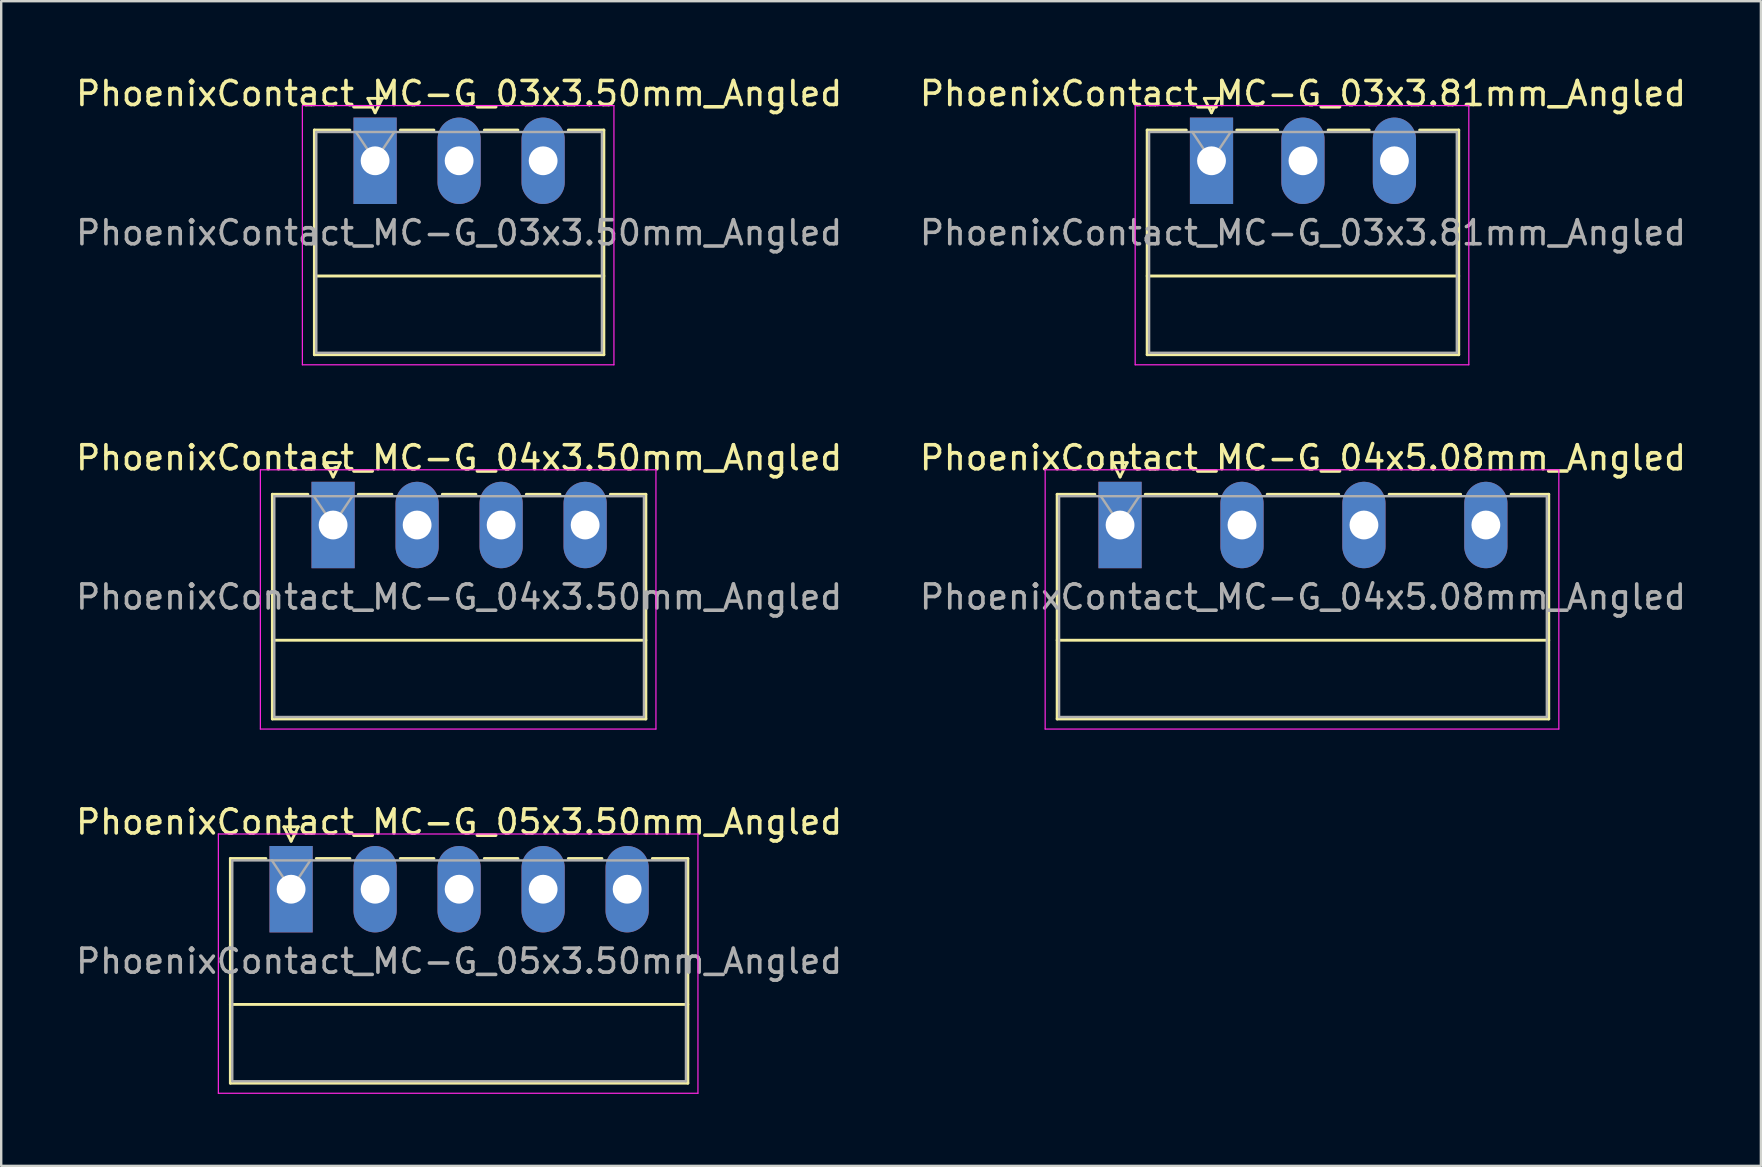
<source format=kicad_pcb>
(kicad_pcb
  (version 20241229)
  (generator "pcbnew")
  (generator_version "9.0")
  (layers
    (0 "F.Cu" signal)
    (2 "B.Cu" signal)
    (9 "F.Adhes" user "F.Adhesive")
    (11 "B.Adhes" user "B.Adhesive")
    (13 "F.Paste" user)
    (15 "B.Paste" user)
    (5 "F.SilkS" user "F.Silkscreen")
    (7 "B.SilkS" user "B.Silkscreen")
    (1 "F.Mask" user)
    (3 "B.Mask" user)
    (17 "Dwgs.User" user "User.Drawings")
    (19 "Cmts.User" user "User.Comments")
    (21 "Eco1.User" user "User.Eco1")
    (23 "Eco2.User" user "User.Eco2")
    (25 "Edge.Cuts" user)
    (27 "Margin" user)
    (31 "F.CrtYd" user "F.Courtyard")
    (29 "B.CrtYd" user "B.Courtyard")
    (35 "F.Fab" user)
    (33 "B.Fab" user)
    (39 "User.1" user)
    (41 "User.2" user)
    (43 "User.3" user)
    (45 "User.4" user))
  (footprint "PhoenixContact_MC-G_03x3.81mm_Angled"
    (layer "F.Cu")
    (at 47.422 3.648)
    (property "Reference" "PhoenixContact_MC-G_03x3.81mm_Angled" (at 3.81 -2.8 0) (layer "F.SilkS") (effects (font (size 1 1) (thickness 0.15))))
    (attr through_hole)
    (fp_line (start -2.68 -1.28) (end -2.68 8.08) (stroke (width 0.12) (type solid)) (layer "F.SilkS"))
    (fp_line (start -2.68 -1.28) (end -1.05 -1.28) (stroke (width 0.12) (type solid)) (layer "F.SilkS"))
    (fp_line (start -2.68 4.8) (end 10.3 4.8) (stroke (width 0.12) (type solid)) (layer "F.SilkS"))
    (fp_line (start -2.68 8.08) (end 10.3 8.08) (stroke (width 0.12) (type solid)) (layer "F.SilkS"))
    (fp_line (start -0.3 -2.6) (end 0.3 -2.6) (stroke (width 0.12) (type solid)) (layer "F.SilkS"))
    (fp_line (start 0 -2) (end -0.3 -2.6) (stroke (width 0.12) (type solid)) (layer "F.SilkS"))
    (fp_line (start 0.3 -2.6) (end 0 -2) (stroke (width 0.12) (type solid)) (layer "F.SilkS"))
    (fp_line (start 1.05 -1.28) (end 2.76 -1.28) (stroke (width 0.12) (type solid)) (layer "F.SilkS"))
    (fp_line (start 4.86 -1.28) (end 6.57 -1.28) (stroke (width 0.12) (type solid)) (layer "F.SilkS"))
    (fp_line (start 10.3 -1.28) (end 8.67 -1.28) (stroke (width 0.12) (type solid)) (layer "F.SilkS"))
    (fp_line (start 10.3 8.08) (end 10.3 -1.28) (stroke (width 0.12) (type solid)) (layer "F.SilkS"))
    (fp_line (start -3.18 -2.3) (end -3.18 8.5) (stroke (width 0.05) (type solid)) (layer "F.CrtYd"))
    (fp_line (start -3.18 8.5) (end 10.72 8.5) (stroke (width 0.05) (type solid)) (layer "F.CrtYd"))
    (fp_line (start 10.72 -2.3) (end -3.18 -2.3) (stroke (width 0.05) (type solid)) (layer "F.CrtYd"))
    (fp_line (start 10.72 8.5) (end 10.72 -2.3) (stroke (width 0.05) (type solid)) (layer "F.CrtYd"))
    (fp_line (start -2.6 -1.2) (end -2.6 8) (stroke (width 0.1) (type solid)) (layer "F.Fab"))
    (fp_line (start -2.6 8) (end 10.22 8) (stroke (width 0.1) (type solid)) (layer "F.Fab"))
    (fp_line (start 0 0) (end -0.8 -1.2) (stroke (width 0.1) (type solid)) (layer "F.Fab"))
    (fp_line (start 0.8 -1.2) (end 0 0) (stroke (width 0.1) (type solid)) (layer "F.Fab"))
    (fp_line (start 10.22 -1.2) (end -2.6 -1.2) (stroke (width 0.1) (type solid)) (layer "F.Fab"))
    (fp_line (start 10.22 8) (end 10.22 -1.2) (stroke (width 0.1) (type solid)) (layer "F.Fab"))
    (fp_text user "${REFERENCE}" (at 3.81 3 0) (layer "F.Fab") (effects (font (size 1 1) (thickness 0.15))))
    (pad "1" thru_hole rect (at 0 0) (size 1.8 3.6) (drill 1.2) (layers "*.Cu" "*.Mask"))
    (pad "2" thru_hole oval (at 3.81 0) (size 1.8 3.6) (drill 1.2) (layers "*.Cu" "*.Mask"))
    (pad "3" thru_hole oval (at 7.62 0) (size 1.8 3.6) (drill 1.2) (layers "*.Cu" "*.Mask")))
  (footprint "PhoenixContact_MC-G_03x3.50mm_Angled"
    (layer "F.Cu")
    (at 12.577 3.648)
    (property "Reference" "PhoenixContact_MC-G_03x3.50mm_Angled" (at 3.5 -2.8 0) (layer "F.SilkS") (effects (font (size 1 1) (thickness 0.15))))
    (attr through_hole)
    (fp_line (start -2.53 -1.28) (end -2.53 8.08) (stroke (width 0.12) (type solid)) (layer "F.SilkS"))
    (fp_line (start -2.53 -1.28) (end -1.05 -1.28) (stroke (width 0.12) (type solid)) (layer "F.SilkS"))
    (fp_line (start -2.53 4.8) (end 9.53 4.8) (stroke (width 0.12) (type solid)) (layer "F.SilkS"))
    (fp_line (start -2.53 8.08) (end 9.53 8.08) (stroke (width 0.12) (type solid)) (layer "F.SilkS"))
    (fp_line (start -0.3 -2.6) (end 0.3 -2.6) (stroke (width 0.12) (type solid)) (layer "F.SilkS"))
    (fp_line (start 0 -2) (end -0.3 -2.6) (stroke (width 0.12) (type solid)) (layer "F.SilkS"))
    (fp_line (start 0.3 -2.6) (end 0 -2) (stroke (width 0.12) (type solid)) (layer "F.SilkS"))
    (fp_line (start 1.05 -1.28) (end 2.45 -1.28) (stroke (width 0.12) (type solid)) (layer "F.SilkS"))
    (fp_line (start 4.55 -1.28) (end 5.95 -1.28) (stroke (width 0.12) (type solid)) (layer "F.SilkS"))
    (fp_line (start 9.53 -1.28) (end 8.05 -1.28) (stroke (width 0.12) (type solid)) (layer "F.SilkS"))
    (fp_line (start 9.53 8.08) (end 9.53 -1.28) (stroke (width 0.12) (type solid)) (layer "F.SilkS"))
    (fp_line (start -3.03 -2.3) (end -3.03 8.5) (stroke (width 0.05) (type solid)) (layer "F.CrtYd"))
    (fp_line (start -3.03 8.5) (end 9.95 8.5) (stroke (width 0.05) (type solid)) (layer "F.CrtYd"))
    (fp_line (start 9.95 -2.3) (end -3.03 -2.3) (stroke (width 0.05) (type solid)) (layer "F.CrtYd"))
    (fp_line (start 9.95 8.5) (end 9.95 -2.3) (stroke (width 0.05) (type solid)) (layer "F.CrtYd"))
    (fp_line (start -2.45 -1.2) (end -2.45 8) (stroke (width 0.1) (type solid)) (layer "F.Fab"))
    (fp_line (start -2.45 8) (end 9.45 8) (stroke (width 0.1) (type solid)) (layer "F.Fab"))
    (fp_line (start 0 0) (end -0.8 -1.2) (stroke (width 0.1) (type solid)) (layer "F.Fab"))
    (fp_line (start 0.8 -1.2) (end 0 0) (stroke (width 0.1) (type solid)) (layer "F.Fab"))
    (fp_line (start 9.45 -1.2) (end -2.45 -1.2) (stroke (width 0.1) (type solid)) (layer "F.Fab"))
    (fp_line (start 9.45 8) (end 9.45 -1.2) (stroke (width 0.1) (type solid)) (layer "F.Fab"))
    (fp_text user "${REFERENCE}" (at 3.5 3 0) (layer "F.Fab") (effects (font (size 1 1) (thickness 0.15))))
    (pad "1" thru_hole rect (at 0 0) (size 1.8 3.6) (drill 1.2) (layers "*.Cu" "*.Mask"))
    (pad "2" thru_hole oval (at 3.5 0) (size 1.8 3.6) (drill 1.2) (layers "*.Cu" "*.Mask"))
    (pad "3" thru_hole oval (at 7 0) (size 1.8 3.6) (drill 1.2) (layers "*.Cu" "*.Mask")))
  (footprint "PhoenixContact_MC-G_05x3.50mm_Angled"
    (layer "F.Cu")
    (at 9.077 33.995)
    (property "Reference" "PhoenixContact_MC-G_05x3.50mm_Angled" (at 7 -2.8 0) (layer "F.SilkS") (effects (font (size 1 1) (thickness 0.15))))
    (attr through_hole)
    (fp_line (start -2.53 -1.28) (end -2.53 8.08) (stroke (width 0.12) (type solid)) (layer "F.SilkS"))
    (fp_line (start -2.53 -1.28) (end -1.05 -1.28) (stroke (width 0.12) (type solid)) (layer "F.SilkS"))
    (fp_line (start -2.53 4.8) (end 16.53 4.8) (stroke (width 0.12) (type solid)) (layer "F.SilkS"))
    (fp_line (start -2.53 8.08) (end 16.53 8.08) (stroke (width 0.12) (type solid)) (layer "F.SilkS"))
    (fp_line (start -0.3 -2.6) (end 0.3 -2.6) (stroke (width 0.12) (type solid)) (layer "F.SilkS"))
    (fp_line (start 0 -2) (end -0.3 -2.6) (stroke (width 0.12) (type solid)) (layer "F.SilkS"))
    (fp_line (start 0.3 -2.6) (end 0 -2) (stroke (width 0.12) (type solid)) (layer "F.SilkS"))
    (fp_line (start 1.05 -1.28) (end 2.45 -1.28) (stroke (width 0.12) (type solid)) (layer "F.SilkS"))
    (fp_line (start 4.55 -1.28) (end 5.95 -1.28) (stroke (width 0.12) (type solid)) (layer "F.SilkS"))
    (fp_line (start 8.05 -1.28) (end 9.45 -1.28) (stroke (width 0.12) (type solid)) (layer "F.SilkS"))
    (fp_line (start 11.55 -1.28) (end 12.95 -1.28) (stroke (width 0.12) (type solid)) (layer "F.SilkS"))
    (fp_line (start 16.53 -1.28) (end 15.05 -1.28) (stroke (width 0.12) (type solid)) (layer "F.SilkS"))
    (fp_line (start 16.53 8.08) (end 16.53 -1.28) (stroke (width 0.12) (type solid)) (layer "F.SilkS"))
    (fp_line (start -3.03 -2.3) (end -3.03 8.5) (stroke (width 0.05) (type solid)) (layer "F.CrtYd"))
    (fp_line (start -3.03 8.5) (end 16.95 8.5) (stroke (width 0.05) (type solid)) (layer "F.CrtYd"))
    (fp_line (start 16.95 -2.3) (end -3.03 -2.3) (stroke (width 0.05) (type solid)) (layer "F.CrtYd"))
    (fp_line (start 16.95 8.5) (end 16.95 -2.3) (stroke (width 0.05) (type solid)) (layer "F.CrtYd"))
    (fp_line (start -2.45 -1.2) (end -2.45 8) (stroke (width 0.1) (type solid)) (layer "F.Fab"))
    (fp_line (start -2.45 8) (end 16.45 8) (stroke (width 0.1) (type solid)) (layer "F.Fab"))
    (fp_line (start 0 0) (end -0.8 -1.2) (stroke (width 0.1) (type solid)) (layer "F.Fab"))
    (fp_line (start 0.8 -1.2) (end 0 0) (stroke (width 0.1) (type solid)) (layer "F.Fab"))
    (fp_line (start 16.45 -1.2) (end -2.45 -1.2) (stroke (width 0.1) (type solid)) (layer "F.Fab"))
    (fp_line (start 16.45 8) (end 16.45 -1.2) (stroke (width 0.1) (type solid)) (layer "F.Fab"))
    (fp_text user "${REFERENCE}" (at 7 3 0) (layer "F.Fab") (effects (font (size 1 1) (thickness 0.15))))
    (pad "1" thru_hole rect (at 0 0) (size 1.8 3.6) (drill 1.2) (layers "*.Cu" "*.Mask"))
    (pad "2" thru_hole oval (at 3.5 0) (size 1.8 3.6) (drill 1.2) (layers "*.Cu" "*.Mask"))
    (pad "3" thru_hole oval (at 7 0) (size 1.8 3.6) (drill 1.2) (layers "*.Cu" "*.Mask"))
    (pad "4" thru_hole oval (at 10.5 0) (size 1.8 3.6) (drill 1.2) (layers "*.Cu" "*.Mask"))
    (pad "5" thru_hole oval (at 14 0) (size 1.8 3.6) (drill 1.2) (layers "*.Cu" "*.Mask")))
  (footprint "PhoenixContact_MC-G_04x3.50mm_Angled"
    (layer "F.Cu")
    (at 10.827 18.822)
    (property "Reference" "PhoenixContact_MC-G_04x3.50mm_Angled" (at 5.25 -2.8 0) (layer "F.SilkS") (effects (font (size 1 1) (thickness 0.15))))
    (attr through_hole)
    (fp_line (start -2.53 -1.28) (end -2.53 8.08) (stroke (width 0.12) (type solid)) (layer "F.SilkS"))
    (fp_line (start -2.53 -1.28) (end -1.05 -1.28) (stroke (width 0.12) (type solid)) (layer "F.SilkS"))
    (fp_line (start -2.53 4.8) (end 13.03 4.8) (stroke (width 0.12) (type solid)) (layer "F.SilkS"))
    (fp_line (start -2.53 8.08) (end 13.03 8.08) (stroke (width 0.12) (type solid)) (layer "F.SilkS"))
    (fp_line (start -0.3 -2.6) (end 0.3 -2.6) (stroke (width 0.12) (type solid)) (layer "F.SilkS"))
    (fp_line (start 0 -2) (end -0.3 -2.6) (stroke (width 0.12) (type solid)) (layer "F.SilkS"))
    (fp_line (start 0.3 -2.6) (end 0 -2) (stroke (width 0.12) (type solid)) (layer "F.SilkS"))
    (fp_line (start 1.05 -1.28) (end 2.45 -1.28) (stroke (width 0.12) (type solid)) (layer "F.SilkS"))
    (fp_line (start 4.55 -1.28) (end 5.95 -1.28) (stroke (width 0.12) (type solid)) (layer "F.SilkS"))
    (fp_line (start 8.05 -1.28) (end 9.45 -1.28) (stroke (width 0.12) (type solid)) (layer "F.SilkS"))
    (fp_line (start 13.03 -1.28) (end 11.55 -1.28) (stroke (width 0.12) (type solid)) (layer "F.SilkS"))
    (fp_line (start 13.03 8.08) (end 13.03 -1.28) (stroke (width 0.12) (type solid)) (layer "F.SilkS"))
    (fp_line (start -3.03 -2.3) (end -3.03 8.5) (stroke (width 0.05) (type solid)) (layer "F.CrtYd"))
    (fp_line (start -3.03 8.5) (end 13.45 8.5) (stroke (width 0.05) (type solid)) (layer "F.CrtYd"))
    (fp_line (start 13.45 -2.3) (end -3.03 -2.3) (stroke (width 0.05) (type solid)) (layer "F.CrtYd"))
    (fp_line (start 13.45 8.5) (end 13.45 -2.3) (stroke (width 0.05) (type solid)) (layer "F.CrtYd"))
    (fp_line (start -2.45 -1.2) (end -2.45 8) (stroke (width 0.1) (type solid)) (layer "F.Fab"))
    (fp_line (start -2.45 8) (end 12.95 8) (stroke (width 0.1) (type solid)) (layer "F.Fab"))
    (fp_line (start 0 0) (end -0.8 -1.2) (stroke (width 0.1) (type solid)) (layer "F.Fab"))
    (fp_line (start 0.8 -1.2) (end 0 0) (stroke (width 0.1) (type solid)) (layer "F.Fab"))
    (fp_line (start 12.95 -1.2) (end -2.45 -1.2) (stroke (width 0.1) (type solid)) (layer "F.Fab"))
    (fp_line (start 12.95 8) (end 12.95 -1.2) (stroke (width 0.1) (type solid)) (layer "F.Fab"))
    (fp_text user "${REFERENCE}" (at 5.25 3 0) (layer "F.Fab") (effects (font (size 1 1) (thickness 0.15))))
    (pad "1" thru_hole rect (at 0 0) (size 1.8 3.6) (drill 1.2) (layers "*.Cu" "*.Mask"))
    (pad "2" thru_hole oval (at 3.5 0) (size 1.8 3.6) (drill 1.2) (layers "*.Cu" "*.Mask"))
    (pad "3" thru_hole oval (at 7 0) (size 1.8 3.6) (drill 1.2) (layers "*.Cu" "*.Mask"))
    (pad "4" thru_hole oval (at 10.5 0) (size 1.8 3.6) (drill 1.2) (layers "*.Cu" "*.Mask")))
  (footprint "PhoenixContact_MC-G_04x5.08mm_Angled"
    (layer "F.Cu")
    (at 43.612 18.822)
    (property "Reference" "PhoenixContact_MC-G_04x5.08mm_Angled" (at 7.62 -2.8 0) (layer "F.SilkS") (effects (font (size 1 1) (thickness 0.15))))
    (attr through_hole)
    (fp_line (start -2.62 -1.28) (end -2.62 8.08) (stroke (width 0.12) (type solid)) (layer "F.SilkS"))
    (fp_line (start -2.62 -1.28) (end -1.05 -1.28) (stroke (width 0.12) (type solid)) (layer "F.SilkS"))
    (fp_line (start -2.62 4.8) (end 17.86 4.8) (stroke (width 0.12) (type solid)) (layer "F.SilkS"))
    (fp_line (start -2.62 8.08) (end 17.86 8.08) (stroke (width 0.12) (type solid)) (layer "F.SilkS"))
    (fp_line (start -0.3 -2.6) (end 0.3 -2.6) (stroke (width 0.12) (type solid)) (layer "F.SilkS"))
    (fp_line (start 0 -2) (end -0.3 -2.6) (stroke (width 0.12) (type solid)) (layer "F.SilkS"))
    (fp_line (start 0.3 -2.6) (end 0 -2) (stroke (width 0.12) (type solid)) (layer "F.SilkS"))
    (fp_line (start 1.05 -1.28) (end 4.03 -1.28) (stroke (width 0.12) (type solid)) (layer "F.SilkS"))
    (fp_line (start 6.13 -1.28) (end 9.11 -1.28) (stroke (width 0.12) (type solid)) (layer "F.SilkS"))
    (fp_line (start 11.21 -1.28) (end 14.19 -1.28) (stroke (width 0.12) (type solid)) (layer "F.SilkS"))
    (fp_line (start 17.86 -1.28) (end 16.29 -1.28) (stroke (width 0.12) (type solid)) (layer "F.SilkS"))
    (fp_line (start 17.86 8.08) (end 17.86 -1.28) (stroke (width 0.12) (type solid)) (layer "F.SilkS"))
    (fp_line (start -3.12 -2.3) (end -3.12 8.5) (stroke (width 0.05) (type solid)) (layer "F.CrtYd"))
    (fp_line (start -3.12 8.5) (end 18.28 8.5) (stroke (width 0.05) (type solid)) (layer "F.CrtYd"))
    (fp_line (start 18.28 -2.3) (end -3.12 -2.3) (stroke (width 0.05) (type solid)) (layer "F.CrtYd"))
    (fp_line (start 18.28 8.5) (end 18.28 -2.3) (stroke (width 0.05) (type solid)) (layer "F.CrtYd"))
    (fp_line (start -2.54 -1.2) (end -2.54 8) (stroke (width 0.1) (type solid)) (layer "F.Fab"))
    (fp_line (start -2.54 8) (end 17.78 8) (stroke (width 0.1) (type solid)) (layer "F.Fab"))
    (fp_line (start 0 0) (end -0.8 -1.2) (stroke (width 0.1) (type solid)) (layer "F.Fab"))
    (fp_line (start 0.8 -1.2) (end 0 0) (stroke (width 0.1) (type solid)) (layer "F.Fab"))
    (fp_line (start 17.78 -1.2) (end -2.54 -1.2) (stroke (width 0.1) (type solid)) (layer "F.Fab"))
    (fp_line (start 17.78 8) (end 17.78 -1.2) (stroke (width 0.1) (type solid)) (layer "F.Fab"))
    (fp_text user "${REFERENCE}" (at 7.62 3 0) (layer "F.Fab") (effects (font (size 1 1) (thickness 0.15))))
    (pad "1" thru_hole rect (at 0 0) (size 1.8 3.6) (drill 1.2) (layers "*.Cu" "*.Mask"))
    (pad "2" thru_hole oval (at 5.08 0) (size 1.8 3.6) (drill 1.2) (layers "*.Cu" "*.Mask"))
    (pad "3" thru_hole oval (at 10.16 0) (size 1.8 3.6) (drill 1.2) (layers "*.Cu" "*.Mask"))
    (pad "4" thru_hole oval (at 15.24 0) (size 1.8 3.6) (drill 1.2) (layers "*.Cu" "*.Mask")))
  (gr_rect
    (start -3 -3)
    (end 70.31 45.52)
    (stroke (width 0.1) (type default))
    (fill no)
    (layer "Edge.Cuts")))
</source>
